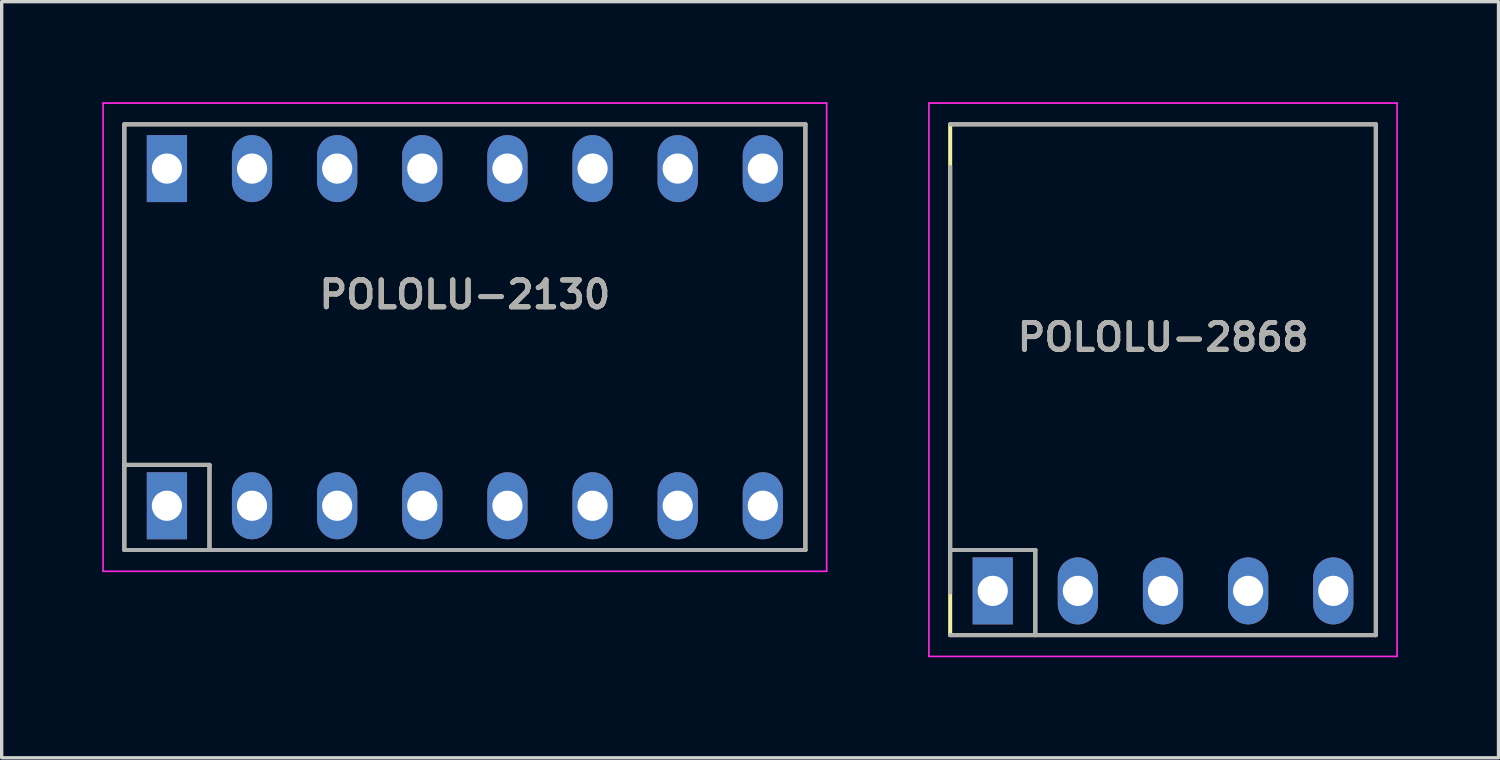
<source format=kicad_pcb>
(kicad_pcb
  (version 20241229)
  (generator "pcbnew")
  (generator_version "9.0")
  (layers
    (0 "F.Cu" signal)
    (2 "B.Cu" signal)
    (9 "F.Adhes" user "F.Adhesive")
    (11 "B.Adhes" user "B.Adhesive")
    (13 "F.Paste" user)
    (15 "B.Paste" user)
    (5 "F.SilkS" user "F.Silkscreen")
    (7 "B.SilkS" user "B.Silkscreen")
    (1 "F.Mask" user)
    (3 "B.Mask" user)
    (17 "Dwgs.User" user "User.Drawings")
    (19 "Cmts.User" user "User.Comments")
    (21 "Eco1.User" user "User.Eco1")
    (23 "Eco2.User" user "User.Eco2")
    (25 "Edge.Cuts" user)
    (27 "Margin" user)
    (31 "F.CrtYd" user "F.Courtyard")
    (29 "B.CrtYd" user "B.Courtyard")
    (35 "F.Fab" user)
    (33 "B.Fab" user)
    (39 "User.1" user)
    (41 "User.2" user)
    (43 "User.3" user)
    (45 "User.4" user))
  (footprint "POLOLU-2130"
    (layer "F.Cu")
    (at 10.82 7.01)
    (property "Reference" "POLOLU-2130" (at 0 -1.27 180) (layer "F.SilkS") (effects (font (size 0.8 0.8) (thickness 0.15))))
    (attr through_hole)
    (fp_line (start -10.16 -6.35) (end -10.16 6.35) (stroke (width 0.12) (type solid)) (layer "F.SilkS"))
    (fp_line (start -10.16 3.81) (end -7.62 3.81) (stroke (width 0.12) (type solid)) (layer "F.SilkS"))
    (fp_line (start -10.16 6.35) (end 10.16 6.35) (stroke (width 0.12) (type solid)) (layer "F.SilkS"))
    (fp_line (start -7.62 3.81) (end -7.62 6.35) (stroke (width 0.12) (type solid)) (layer "F.SilkS"))
    (fp_line (start 10.16 -6.35) (end -10.16 -6.35) (stroke (width 0.12) (type solid)) (layer "F.SilkS"))
    (fp_line (start 10.16 6.35) (end 10.16 -6.35) (stroke (width 0.12) (type solid)) (layer "F.SilkS"))
    (fp_line (start -10.795 -6.985) (end 10.795 -6.985) (stroke (width 0.05) (type solid)) (layer "F.CrtYd"))
    (fp_line (start -10.795 6.985) (end -10.795 -6.985) (stroke (width 0.05) (type solid)) (layer "F.CrtYd"))
    (fp_line (start 10.795 -6.985) (end 10.795 6.985) (stroke (width 0.05) (type solid)) (layer "F.CrtYd"))
    (fp_line (start 10.795 6.985) (end -10.795 6.985) (stroke (width 0.05) (type solid)) (layer "F.CrtYd"))
    (fp_line (start -10.16 -6.35) (end 10.16 -6.35) (stroke (width 0.12) (type solid)) (layer "F.Fab"))
    (fp_line (start -10.16 3.81) (end -7.62 3.81) (stroke (width 0.12) (type solid)) (layer "F.Fab"))
    (fp_line (start -10.16 6.35) (end -10.16 -6.35) (stroke (width 0.12) (type solid)) (layer "F.Fab"))
    (fp_line (start -7.62 3.81) (end -7.62 6.35) (stroke (width 0.12) (type solid)) (layer "F.Fab"))
    (fp_line (start 10.16 -6.35) (end 10.16 6.35) (stroke (width 0.12) (type solid)) (layer "F.Fab"))
    (fp_line (start 10.16 6.35) (end -10.16 6.35) (stroke (width 0.12) (type solid)) (layer "F.Fab"))
    (fp_text user "${REFERENCE}" (at 0 -1.27 0) (layer "F.Fab") (effects (font (size 0.8 0.8) (thickness 0.15))))
    (pad "1" thru_hole rect (at -8.89 5.03) (size 1.2 2) (drill 0.9) (layers "*.Cu" "*.Mask"))
    (pad "2" thru_hole oval (at -6.35 5.03) (size 1.2 2) (drill 0.9) (layers "*.Cu" "*.Mask"))
    (pad "3" thru_hole oval (at -3.81 5.03) (size 1.2 2) (drill 0.9) (layers "*.Cu" "*.Mask"))
    (pad "4" thru_hole oval (at -1.27 5.03) (size 1.2 2) (drill 0.9) (layers "*.Cu" "*.Mask"))
    (pad "5" thru_hole oval (at 1.27 5.03) (size 1.2 2) (drill 0.9) (layers "*.Cu" "*.Mask"))
    (pad "6" thru_hole oval (at 3.81 5.03) (size 1.2 2) (drill 0.9) (layers "*.Cu" "*.Mask"))
    (pad "7" thru_hole oval (at 6.35 5.03) (size 1.2 2) (drill 0.9) (layers "*.Cu" "*.Mask"))
    (pad "8" thru_hole oval (at 8.89 5.03) (size 1.2 2) (drill 0.9) (layers "*.Cu" "*.Mask"))
    (pad "9" thru_hole oval (at 8.89 -5.03) (size 1.2 2) (drill 0.9) (layers "*.Cu" "*.Mask"))
    (pad "10" thru_hole oval (at 6.35 -5.03) (size 1.2 2) (drill 0.9) (layers "*.Cu" "*.Mask"))
    (pad "11" thru_hole oval (at 3.81 -5.03) (size 1.2 2) (drill 0.9) (layers "*.Cu" "*.Mask"))
    (pad "12" thru_hole oval (at 1.27 -5.03) (size 1.2 2) (drill 0.9) (layers "*.Cu" "*.Mask"))
    (pad "13" thru_hole oval (at -1.27 -5.03) (size 1.2 2) (drill 0.9) (layers "*.Cu" "*.Mask"))
    (pad "14" thru_hole oval (at -3.81 -5.03) (size 1.2 2) (drill 0.9) (layers "*.Cu" "*.Mask"))
    (pad "15" thru_hole oval (at -6.35 -5.03) (size 1.2 2) (drill 0.9) (layers "*.Cu" "*.Mask"))
    (pad "16" thru_hole rect (at -8.89 -5.03) (size 1.2 2) (drill 0.9) (layers "*.Cu" "*.Mask")))
  (footprint "POLOLU-2868"
    (layer "F.Cu")
    (at 31.65 8.28)
    (property "Reference" "POLOLU-2868" (at 0 -1.27 180) (layer "F.SilkS") (effects (font (size 0.8 0.8) (thickness 0.15))))
    (attr through_hole)
    (fp_line (start -6.35 -7.62) (end -6.35 7.62) (stroke (width 0.12) (type solid)) (layer "F.SilkS"))
    (fp_line (start -6.35 5.08) (end -3.81 5.08) (stroke (width 0.12) (type solid)) (layer "F.SilkS"))
    (fp_line (start -6.35 7.62) (end 6.35 7.62) (stroke (width 0.12) (type solid)) (layer "F.SilkS"))
    (fp_line (start -3.81 5.08) (end -3.81 7.62) (stroke (width 0.12) (type solid)) (layer "F.SilkS"))
    (fp_line (start 6.35 -7.62) (end -6.35 -7.62) (stroke (width 0.12) (type solid)) (layer "F.SilkS"))
    (fp_line (start 6.35 7.62) (end 6.35 -7.62) (stroke (width 0.12) (type solid)) (layer "F.SilkS"))
    (fp_line (start -6.985 -8.255) (end 6.985 -8.255) (stroke (width 0.05) (type solid)) (layer "F.CrtYd"))
    (fp_line (start -6.985 8.255) (end -6.985 -8.255) (stroke (width 0.05) (type solid)) (layer "F.CrtYd"))
    (fp_line (start 6.985 -8.255) (end 6.985 8.255) (stroke (width 0.05) (type solid)) (layer "F.CrtYd"))
    (fp_line (start 6.985 8.255) (end -6.985 8.255) (stroke (width 0.05) (type solid)) (layer "F.CrtYd"))
    (fp_line (start -6.35 -7.62) (end 6.35 -7.62) (stroke (width 0.12) (type solid)) (layer "F.Fab"))
    (fp_line (start -6.35 5.08) (end -3.81 5.08) (stroke (width 0.12) (type solid)) (layer "F.Fab"))
    (fp_line (start -6.35 6.35) (end -6.35 -6.35) (stroke (width 0.12) (type solid)) (layer "F.Fab"))
    (fp_line (start -3.81 5.08) (end -3.81 7.62) (stroke (width 0.12) (type solid)) (layer "F.Fab"))
    (fp_line (start 6.35 -7.62) (end 6.35 7.62) (stroke (width 0.12) (type solid)) (layer "F.Fab"))
    (fp_line (start 6.35 7.62) (end -6.35 7.62) (stroke (width 0.12) (type solid)) (layer "F.Fab"))
    (fp_text user "${REFERENCE}" (at 0 -1.27 0) (layer "F.Fab") (effects (font (size 0.8 0.8) (thickness 0.15))))
    (pad "1" thru_hole rect (at -5.08 6.3) (size 1.2 2) (drill 0.9) (layers "*.Cu" "*.Mask"))
    (pad "2" thru_hole oval (at -2.54 6.3) (size 1.2 2) (drill 0.9) (layers "*.Cu" "*.Mask"))
    (pad "3" thru_hole oval (at 0 6.3) (size 1.2 2) (drill 0.9) (layers "*.Cu" "*.Mask"))
    (pad "4" thru_hole oval (at 2.54 6.3) (size 1.2 2) (drill 0.9) (layers "*.Cu" "*.Mask"))
    (pad "5" thru_hole oval (at 5.08 6.3) (size 1.2 2) (drill 0.9) (layers "*.Cu" "*.Mask")))
  (gr_rect
    (start -3 -3)
    (end 41.66 19.56)
    (stroke (width 0.1) (type default))
    (fill no)
    (layer "Edge.Cuts")))
</source>
